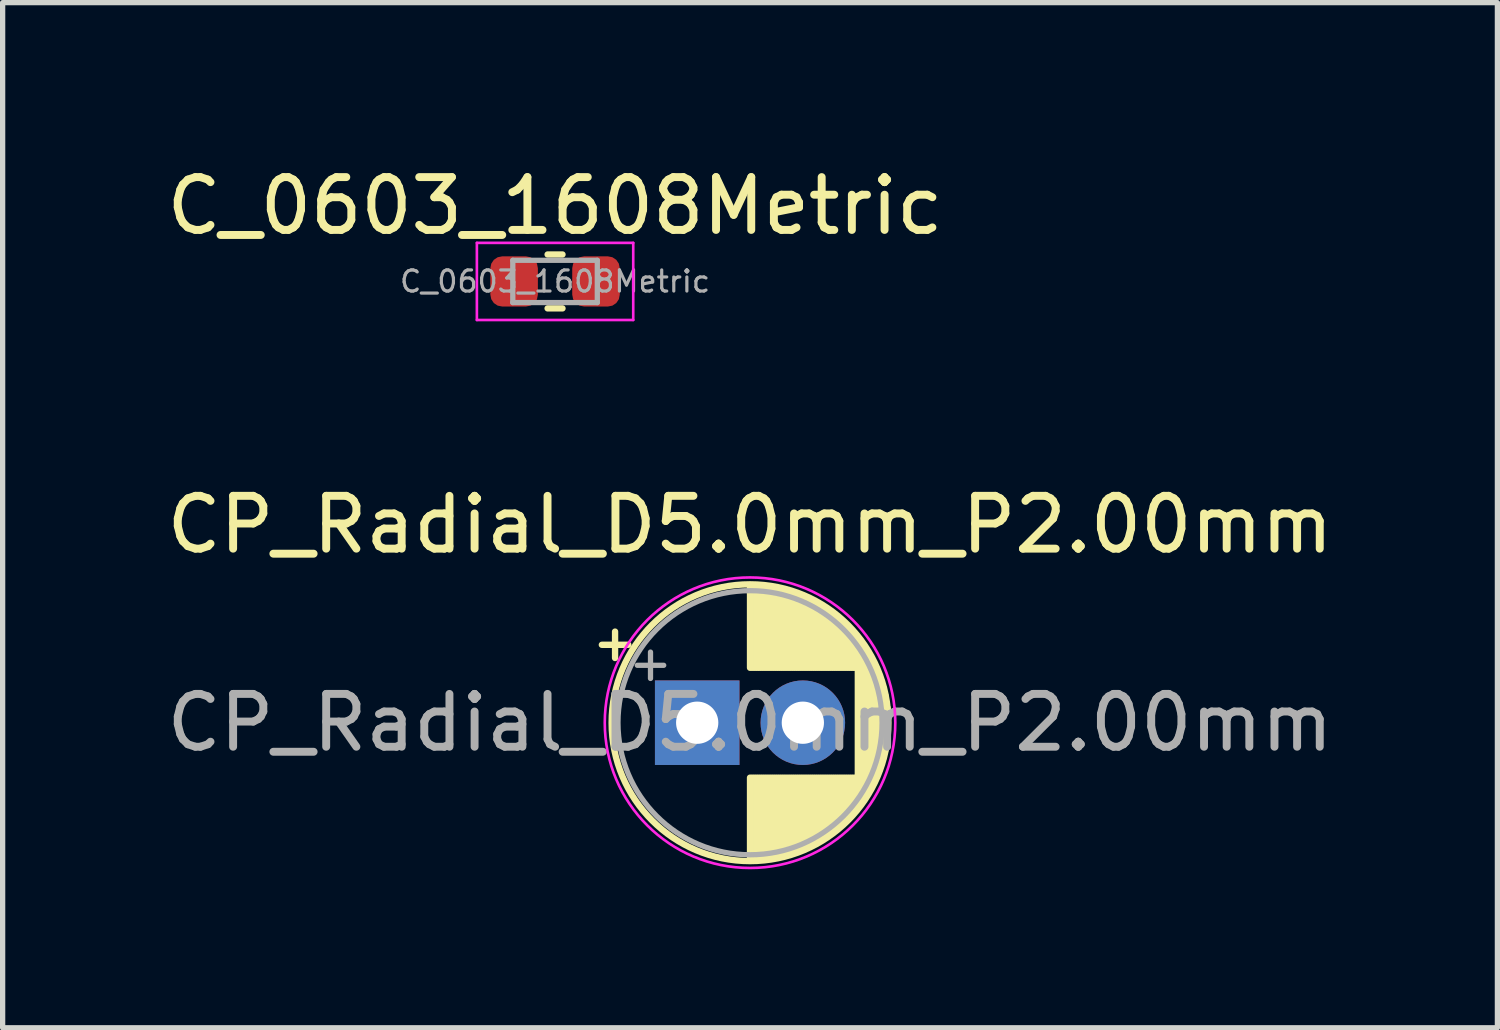
<source format=kicad_pcb>
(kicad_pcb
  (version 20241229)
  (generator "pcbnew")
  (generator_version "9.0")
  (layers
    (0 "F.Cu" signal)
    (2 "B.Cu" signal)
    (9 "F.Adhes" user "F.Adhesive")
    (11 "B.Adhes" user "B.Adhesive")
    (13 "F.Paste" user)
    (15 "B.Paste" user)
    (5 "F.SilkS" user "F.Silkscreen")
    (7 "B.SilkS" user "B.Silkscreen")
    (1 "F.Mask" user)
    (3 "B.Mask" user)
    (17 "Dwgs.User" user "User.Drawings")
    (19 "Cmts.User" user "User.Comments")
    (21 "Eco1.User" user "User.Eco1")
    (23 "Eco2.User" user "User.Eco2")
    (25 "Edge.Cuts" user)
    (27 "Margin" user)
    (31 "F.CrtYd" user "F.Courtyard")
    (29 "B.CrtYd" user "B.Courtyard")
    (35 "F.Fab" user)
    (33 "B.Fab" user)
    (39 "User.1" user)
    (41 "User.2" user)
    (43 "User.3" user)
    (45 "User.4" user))
  (footprint "C_0603_1608Metric"
    (layer "F.Cu")
    (at 7.458 2.278)
    (property "Reference" "C_0603_1608Metric" (at 0 -1.43 0) (layer "F.SilkS") (effects (font (size 1 1) (thickness 0.15))))
    (attr smd)
    (fp_line (start -0.141 -0.51) (end 0.141 -0.51) (stroke (width 0.12) (type solid)) (layer "F.SilkS"))
    (fp_line (start -0.141 0.51) (end 0.141 0.51) (stroke (width 0.12) (type solid)) (layer "F.SilkS"))
    (fp_line (start -1.48 -0.73) (end 1.48 -0.73) (stroke (width 0.05) (type solid)) (layer "F.CrtYd"))
    (fp_line (start -1.48 0.73) (end -1.48 -0.73) (stroke (width 0.05) (type solid)) (layer "F.CrtYd"))
    (fp_line (start 1.48 -0.73) (end 1.48 0.73) (stroke (width 0.05) (type solid)) (layer "F.CrtYd"))
    (fp_line (start 1.48 0.73) (end -1.48 0.73) (stroke (width 0.05) (type solid)) (layer "F.CrtYd"))
    (fp_line (start -0.8 -0.4) (end 0.8 -0.4) (stroke (width 0.1) (type solid)) (layer "F.Fab"))
    (fp_line (start -0.8 0.4) (end -0.8 -0.4) (stroke (width 0.1) (type solid)) (layer "F.Fab"))
    (fp_line (start 0.8 -0.4) (end 0.8 0.4) (stroke (width 0.1) (type solid)) (layer "F.Fab"))
    (fp_line (start 0.8 0.4) (end -0.8 0.4) (stroke (width 0.1) (type solid)) (layer "F.Fab"))
    (fp_text user "${REFERENCE}" (at 0 0 0) (layer "F.Fab") (effects (font (size 0.4 0.4) (thickness 0.06))))
    (pad "1" smd roundrect (at -0.775 0) (size 0.9 0.95) (layers "F.Cu" "F.Mask" "F.Paste") (roundrect_rratio 0.25))
    (pad "2" smd roundrect (at 0.775 0) (size 0.9 0.95) (layers "F.Cu" "F.Mask" "F.Paste") (roundrect_rratio 0.25)))
  (footprint "CP_Radial_D5.0mm_P2.00mm"
    (layer "F.Cu")
    (at 10.149 10.632)
    (property "Reference" "CP_Radial_D5.0mm_P2.00mm" (at 1 -3.75 0) (layer "F.SilkS") (effects (font (size 1 1) (thickness 0.15))))
    (attr through_hole)
    (fp_line (start -1.805 -1.475) (end -1.305 -1.475) (stroke (width 0.12) (type solid)) (layer "F.SilkS"))
    (fp_line (start -1.555 -1.725) (end -1.555 -1.225) (stroke (width 0.12) (type solid)) (layer "F.SilkS"))
    (fp_line (start 1 -2.58) (end 1 -1.04) (stroke (width 0.12) (type solid)) (layer "F.SilkS"))
    (fp_line (start 1 1.04) (end 1 2.58) (stroke (width 0.12) (type solid)) (layer "F.SilkS"))
    (fp_line (start 1.04 -2.58) (end 1.04 -1.04) (stroke (width 0.12) (type solid)) (layer "F.SilkS"))
    (fp_line (start 1.04 1.04) (end 1.04 2.58) (stroke (width 0.12) (type solid)) (layer "F.SilkS"))
    (fp_line (start 1.08 -2.579) (end 1.08 -1.04) (stroke (width 0.12) (type solid)) (layer "F.SilkS"))
    (fp_line (start 1.08 1.04) (end 1.08 2.579) (stroke (width 0.12) (type solid)) (layer "F.SilkS"))
    (fp_line (start 1.12 -2.578) (end 1.12 -1.04) (stroke (width 0.12) (type solid)) (layer "F.SilkS"))
    (fp_line (start 1.12 1.04) (end 1.12 2.578) (stroke (width 0.12) (type solid)) (layer "F.SilkS"))
    (fp_line (start 1.16 -2.576) (end 1.16 -1.04) (stroke (width 0.12) (type solid)) (layer "F.SilkS"))
    (fp_line (start 1.16 1.04) (end 1.16 2.576) (stroke (width 0.12) (type solid)) (layer "F.SilkS"))
    (fp_line (start 1.2 -2.573) (end 1.2 -1.04) (stroke (width 0.12) (type solid)) (layer "F.SilkS"))
    (fp_line (start 1.2 1.04) (end 1.2 2.573) (stroke (width 0.12) (type solid)) (layer "F.SilkS"))
    (fp_line (start 1.24 -2.569) (end 1.24 -1.04) (stroke (width 0.12) (type solid)) (layer "F.SilkS"))
    (fp_line (start 1.24 1.04) (end 1.24 2.569) (stroke (width 0.12) (type solid)) (layer "F.SilkS"))
    (fp_line (start 1.28 -2.565) (end 1.28 -1.04) (stroke (width 0.12) (type solid)) (layer "F.SilkS"))
    (fp_line (start 1.28 1.04) (end 1.28 2.565) (stroke (width 0.12) (type solid)) (layer "F.SilkS"))
    (fp_line (start 1.32 -2.561) (end 1.32 -1.04) (stroke (width 0.12) (type solid)) (layer "F.SilkS"))
    (fp_line (start 1.32 1.04) (end 1.32 2.561) (stroke (width 0.12) (type solid)) (layer "F.SilkS"))
    (fp_line (start 1.36 -2.556) (end 1.36 -1.04) (stroke (width 0.12) (type solid)) (layer "F.SilkS"))
    (fp_line (start 1.36 1.04) (end 1.36 2.556) (stroke (width 0.12) (type solid)) (layer "F.SilkS"))
    (fp_line (start 1.4 -2.55) (end 1.4 -1.04) (stroke (width 0.12) (type solid)) (layer "F.SilkS"))
    (fp_line (start 1.4 1.04) (end 1.4 2.55) (stroke (width 0.12) (type solid)) (layer "F.SilkS"))
    (fp_line (start 1.44 -2.543) (end 1.44 -1.04) (stroke (width 0.12) (type solid)) (layer "F.SilkS"))
    (fp_line (start 1.44 1.04) (end 1.44 2.543) (stroke (width 0.12) (type solid)) (layer "F.SilkS"))
    (fp_line (start 1.48 -2.536) (end 1.48 -1.04) (stroke (width 0.12) (type solid)) (layer "F.SilkS"))
    (fp_line (start 1.48 1.04) (end 1.48 2.536) (stroke (width 0.12) (type solid)) (layer "F.SilkS"))
    (fp_line (start 1.52 -2.528) (end 1.52 -1.04) (stroke (width 0.12) (type solid)) (layer "F.SilkS"))
    (fp_line (start 1.52 1.04) (end 1.52 2.528) (stroke (width 0.12) (type solid)) (layer "F.SilkS"))
    (fp_line (start 1.56 -2.52) (end 1.56 -1.04) (stroke (width 0.12) (type solid)) (layer "F.SilkS"))
    (fp_line (start 1.56 1.04) (end 1.56 2.52) (stroke (width 0.12) (type solid)) (layer "F.SilkS"))
    (fp_line (start 1.6 -2.511) (end 1.6 -1.04) (stroke (width 0.12) (type solid)) (layer "F.SilkS"))
    (fp_line (start 1.6 1.04) (end 1.6 2.511) (stroke (width 0.12) (type solid)) (layer "F.SilkS"))
    (fp_line (start 1.64 -2.501) (end 1.64 -1.04) (stroke (width 0.12) (type solid)) (layer "F.SilkS"))
    (fp_line (start 1.64 1.04) (end 1.64 2.501) (stroke (width 0.12) (type solid)) (layer "F.SilkS"))
    (fp_line (start 1.68 -2.491) (end 1.68 -1.04) (stroke (width 0.12) (type solid)) (layer "F.SilkS"))
    (fp_line (start 1.68 1.04) (end 1.68 2.491) (stroke (width 0.12) (type solid)) (layer "F.SilkS"))
    (fp_line (start 1.721 -2.48) (end 1.721 -1.04) (stroke (width 0.12) (type solid)) (layer "F.SilkS"))
    (fp_line (start 1.721 1.04) (end 1.721 2.48) (stroke (width 0.12) (type solid)) (layer "F.SilkS"))
    (fp_line (start 1.761 -2.468) (end 1.761 -1.04) (stroke (width 0.12) (type solid)) (layer "F.SilkS"))
    (fp_line (start 1.761 1.04) (end 1.761 2.468) (stroke (width 0.12) (type solid)) (layer "F.SilkS"))
    (fp_line (start 1.801 -2.455) (end 1.801 -1.04) (stroke (width 0.12) (type solid)) (layer "F.SilkS"))
    (fp_line (start 1.801 1.04) (end 1.801 2.455) (stroke (width 0.12) (type solid)) (layer "F.SilkS"))
    (fp_line (start 1.841 -2.442) (end 1.841 -1.04) (stroke (width 0.12) (type solid)) (layer "F.SilkS"))
    (fp_line (start 1.841 1.04) (end 1.841 2.442) (stroke (width 0.12) (type solid)) (layer "F.SilkS"))
    (fp_line (start 1.881 -2.428) (end 1.881 -1.04) (stroke (width 0.12) (type solid)) (layer "F.SilkS"))
    (fp_line (start 1.881 1.04) (end 1.881 2.428) (stroke (width 0.12) (type solid)) (layer "F.SilkS"))
    (fp_line (start 1.921 -2.414) (end 1.921 -1.04) (stroke (width 0.12) (type solid)) (layer "F.SilkS"))
    (fp_line (start 1.921 1.04) (end 1.921 2.414) (stroke (width 0.12) (type solid)) (layer "F.SilkS"))
    (fp_line (start 1.961 -2.398) (end 1.961 -1.04) (stroke (width 0.12) (type solid)) (layer "F.SilkS"))
    (fp_line (start 1.961 1.04) (end 1.961 2.398) (stroke (width 0.12) (type solid)) (layer "F.SilkS"))
    (fp_line (start 2.001 -2.382) (end 2.001 -1.04) (stroke (width 0.12) (type solid)) (layer "F.SilkS"))
    (fp_line (start 2.001 1.04) (end 2.001 2.382) (stroke (width 0.12) (type solid)) (layer "F.SilkS"))
    (fp_line (start 2.041 -2.365) (end 2.041 -1.04) (stroke (width 0.12) (type solid)) (layer "F.SilkS"))
    (fp_line (start 2.041 1.04) (end 2.041 2.365) (stroke (width 0.12) (type solid)) (layer "F.SilkS"))
    (fp_line (start 2.081 -2.348) (end 2.081 -1.04) (stroke (width 0.12) (type solid)) (layer "F.SilkS"))
    (fp_line (start 2.081 1.04) (end 2.081 2.348) (stroke (width 0.12) (type solid)) (layer "F.SilkS"))
    (fp_line (start 2.121 -2.329) (end 2.121 -1.04) (stroke (width 0.12) (type solid)) (layer "F.SilkS"))
    (fp_line (start 2.121 1.04) (end 2.121 2.329) (stroke (width 0.12) (type solid)) (layer "F.SilkS"))
    (fp_line (start 2.161 -2.31) (end 2.161 -1.04) (stroke (width 0.12) (type solid)) (layer "F.SilkS"))
    (fp_line (start 2.161 1.04) (end 2.161 2.31) (stroke (width 0.12) (type solid)) (layer "F.SilkS"))
    (fp_line (start 2.201 -2.29) (end 2.201 -1.04) (stroke (width 0.12) (type solid)) (layer "F.SilkS"))
    (fp_line (start 2.201 1.04) (end 2.201 2.29) (stroke (width 0.12) (type solid)) (layer "F.SilkS"))
    (fp_line (start 2.241 -2.268) (end 2.241 -1.04) (stroke (width 0.12) (type solid)) (layer "F.SilkS"))
    (fp_line (start 2.241 1.04) (end 2.241 2.268) (stroke (width 0.12) (type solid)) (layer "F.SilkS"))
    (fp_line (start 2.281 -2.247) (end 2.281 -1.04) (stroke (width 0.12) (type solid)) (layer "F.SilkS"))
    (fp_line (start 2.281 1.04) (end 2.281 2.247) (stroke (width 0.12) (type solid)) (layer "F.SilkS"))
    (fp_line (start 2.321 -2.224) (end 2.321 -1.04) (stroke (width 0.12) (type solid)) (layer "F.SilkS"))
    (fp_line (start 2.321 1.04) (end 2.321 2.224) (stroke (width 0.12) (type solid)) (layer "F.SilkS"))
    (fp_line (start 2.361 -2.2) (end 2.361 -1.04) (stroke (width 0.12) (type solid)) (layer "F.SilkS"))
    (fp_line (start 2.361 1.04) (end 2.361 2.2) (stroke (width 0.12) (type solid)) (layer "F.SilkS"))
    (fp_line (start 2.401 -2.175) (end 2.401 -1.04) (stroke (width 0.12) (type solid)) (layer "F.SilkS"))
    (fp_line (start 2.401 1.04) (end 2.401 2.175) (stroke (width 0.12) (type solid)) (layer "F.SilkS"))
    (fp_line (start 2.441 -2.149) (end 2.441 -1.04) (stroke (width 0.12) (type solid)) (layer "F.SilkS"))
    (fp_line (start 2.441 1.04) (end 2.441 2.149) (stroke (width 0.12) (type solid)) (layer "F.SilkS"))
    (fp_line (start 2.481 -2.122) (end 2.481 -1.04) (stroke (width 0.12) (type solid)) (layer "F.SilkS"))
    (fp_line (start 2.481 1.04) (end 2.481 2.122) (stroke (width 0.12) (type solid)) (layer "F.SilkS"))
    (fp_line (start 2.521 -2.095) (end 2.521 -1.04) (stroke (width 0.12) (type solid)) (layer "F.SilkS"))
    (fp_line (start 2.521 1.04) (end 2.521 2.095) (stroke (width 0.12) (type solid)) (layer "F.SilkS"))
    (fp_line (start 2.561 -2.065) (end 2.561 -1.04) (stroke (width 0.12) (type solid)) (layer "F.SilkS"))
    (fp_line (start 2.561 1.04) (end 2.561 2.065) (stroke (width 0.12) (type solid)) (layer "F.SilkS"))
    (fp_line (start 2.601 -2.035) (end 2.601 -1.04) (stroke (width 0.12) (type solid)) (layer "F.SilkS"))
    (fp_line (start 2.601 1.04) (end 2.601 2.035) (stroke (width 0.12) (type solid)) (layer "F.SilkS"))
    (fp_line (start 2.641 -2.004) (end 2.641 -1.04) (stroke (width 0.12) (type solid)) (layer "F.SilkS"))
    (fp_line (start 2.641 1.04) (end 2.641 2.004) (stroke (width 0.12) (type solid)) (layer "F.SilkS"))
    (fp_line (start 2.681 -1.971) (end 2.681 -1.04) (stroke (width 0.12) (type solid)) (layer "F.SilkS"))
    (fp_line (start 2.681 1.04) (end 2.681 1.971) (stroke (width 0.12) (type solid)) (layer "F.SilkS"))
    (fp_line (start 2.721 -1.937) (end 2.721 -1.04) (stroke (width 0.12) (type solid)) (layer "F.SilkS"))
    (fp_line (start 2.721 1.04) (end 2.721 1.937) (stroke (width 0.12) (type solid)) (layer "F.SilkS"))
    (fp_line (start 2.761 -1.901) (end 2.761 -1.04) (stroke (width 0.12) (type solid)) (layer "F.SilkS"))
    (fp_line (start 2.761 1.04) (end 2.761 1.901) (stroke (width 0.12) (type solid)) (layer "F.SilkS"))
    (fp_line (start 2.801 -1.864) (end 2.801 -1.04) (stroke (width 0.12) (type solid)) (layer "F.SilkS"))
    (fp_line (start 2.801 1.04) (end 2.801 1.864) (stroke (width 0.12) (type solid)) (layer "F.SilkS"))
    (fp_line (start 2.841 -1.826) (end 2.841 -1.04) (stroke (width 0.12) (type solid)) (layer "F.SilkS"))
    (fp_line (start 2.841 1.04) (end 2.841 1.826) (stroke (width 0.12) (type solid)) (layer "F.SilkS"))
    (fp_line (start 2.881 -1.785) (end 2.881 -1.04) (stroke (width 0.12) (type solid)) (layer "F.SilkS"))
    (fp_line (start 2.881 1.04) (end 2.881 1.785) (stroke (width 0.12) (type solid)) (layer "F.SilkS"))
    (fp_line (start 2.921 -1.743) (end 2.921 -1.04) (stroke (width 0.12) (type solid)) (layer "F.SilkS"))
    (fp_line (start 2.921 1.04) (end 2.921 1.743) (stroke (width 0.12) (type solid)) (layer "F.SilkS"))
    (fp_line (start 2.961 -1.699) (end 2.961 -1.04) (stroke (width 0.12) (type solid)) (layer "F.SilkS"))
    (fp_line (start 2.961 1.04) (end 2.961 1.699) (stroke (width 0.12) (type solid)) (layer "F.SilkS"))
    (fp_line (start 3.001 -1.653) (end 3.001 -1.04) (stroke (width 0.12) (type solid)) (layer "F.SilkS"))
    (fp_line (start 3.001 1.04) (end 3.001 1.653) (stroke (width 0.12) (type solid)) (layer "F.SilkS"))
    (fp_line (start 3.041 -1.605) (end 3.041 1.605) (stroke (width 0.12) (type solid)) (layer "F.SilkS"))
    (fp_line (start 3.081 -1.554) (end 3.081 1.554) (stroke (width 0.12) (type solid)) (layer "F.SilkS"))
    (fp_line (start 3.121 -1.5) (end 3.121 1.5) (stroke (width 0.12) (type solid)) (layer "F.SilkS"))
    (fp_line (start 3.161 -1.443) (end 3.161 1.443) (stroke (width 0.12) (type solid)) (layer "F.SilkS"))
    (fp_line (start 3.201 -1.383) (end 3.201 1.383) (stroke (width 0.12) (type solid)) (layer "F.SilkS"))
    (fp_line (start 3.241 -1.319) (end 3.241 1.319) (stroke (width 0.12) (type solid)) (layer "F.SilkS"))
    (fp_line (start 3.281 -1.251) (end 3.281 1.251) (stroke (width 0.12) (type solid)) (layer "F.SilkS"))
    (fp_line (start 3.321 -1.178) (end 3.321 1.178) (stroke (width 0.12) (type solid)) (layer "F.SilkS"))
    (fp_line (start 3.361 -1.098) (end 3.361 1.098) (stroke (width 0.12) (type solid)) (layer "F.SilkS"))
    (fp_line (start 3.401 -1.011) (end 3.401 1.011) (stroke (width 0.12) (type solid)) (layer "F.SilkS"))
    (fp_line (start 3.441 -0.915) (end 3.441 0.915) (stroke (width 0.12) (type solid)) (layer "F.SilkS"))
    (fp_line (start 3.481 -0.805) (end 3.481 0.805) (stroke (width 0.12) (type solid)) (layer "F.SilkS"))
    (fp_line (start 3.521 -0.677) (end 3.521 0.677) (stroke (width 0.12) (type solid)) (layer "F.SilkS"))
    (fp_line (start 3.561 -0.518) (end 3.561 0.518) (stroke (width 0.12) (type solid)) (layer "F.SilkS"))
    (fp_line (start 3.601 -0.284) (end 3.601 0.284) (stroke (width 0.12) (type solid)) (layer "F.SilkS"))
    (fp_circle (center 1 0) (end 3.62 0) (stroke (width 0.12) (type solid)) (fill no) (layer "F.SilkS"))
    (fp_circle (center 1 0) (end 3.75 0) (stroke (width 0.05) (type solid)) (fill no) (layer "F.CrtYd"))
    (fp_line (start -1.134 -1.087) (end -0.634 -1.087) (stroke (width 0.1) (type solid)) (layer "F.Fab"))
    (fp_line (start -0.884 -1.337) (end -0.884 -0.838) (stroke (width 0.1) (type solid)) (layer "F.Fab"))
    (fp_circle (center 1 0) (end 3.5 0) (stroke (width 0.1) (type solid)) (fill no) (layer "F.Fab"))
    (fp_text user "${REFERENCE}" (at 1 0 0) (layer "F.Fab") (effects (font (size 1 1) (thickness 0.15))))
    (pad "1" thru_hole rect (at 0 0) (size 1.6 1.6) (drill 0.8) (layers "*.Cu" "*.Mask"))
    (pad "2" thru_hole circle (at 2 0) (size 1.6 1.6) (drill 0.8) (layers "*.Cu" "*.Mask")))
  (gr_rect
    (start -3 -3)
    (end 25.298 16.407)
    (stroke (width 0.1) (type default))
    (fill no)
    (layer "Edge.Cuts")))
</source>
